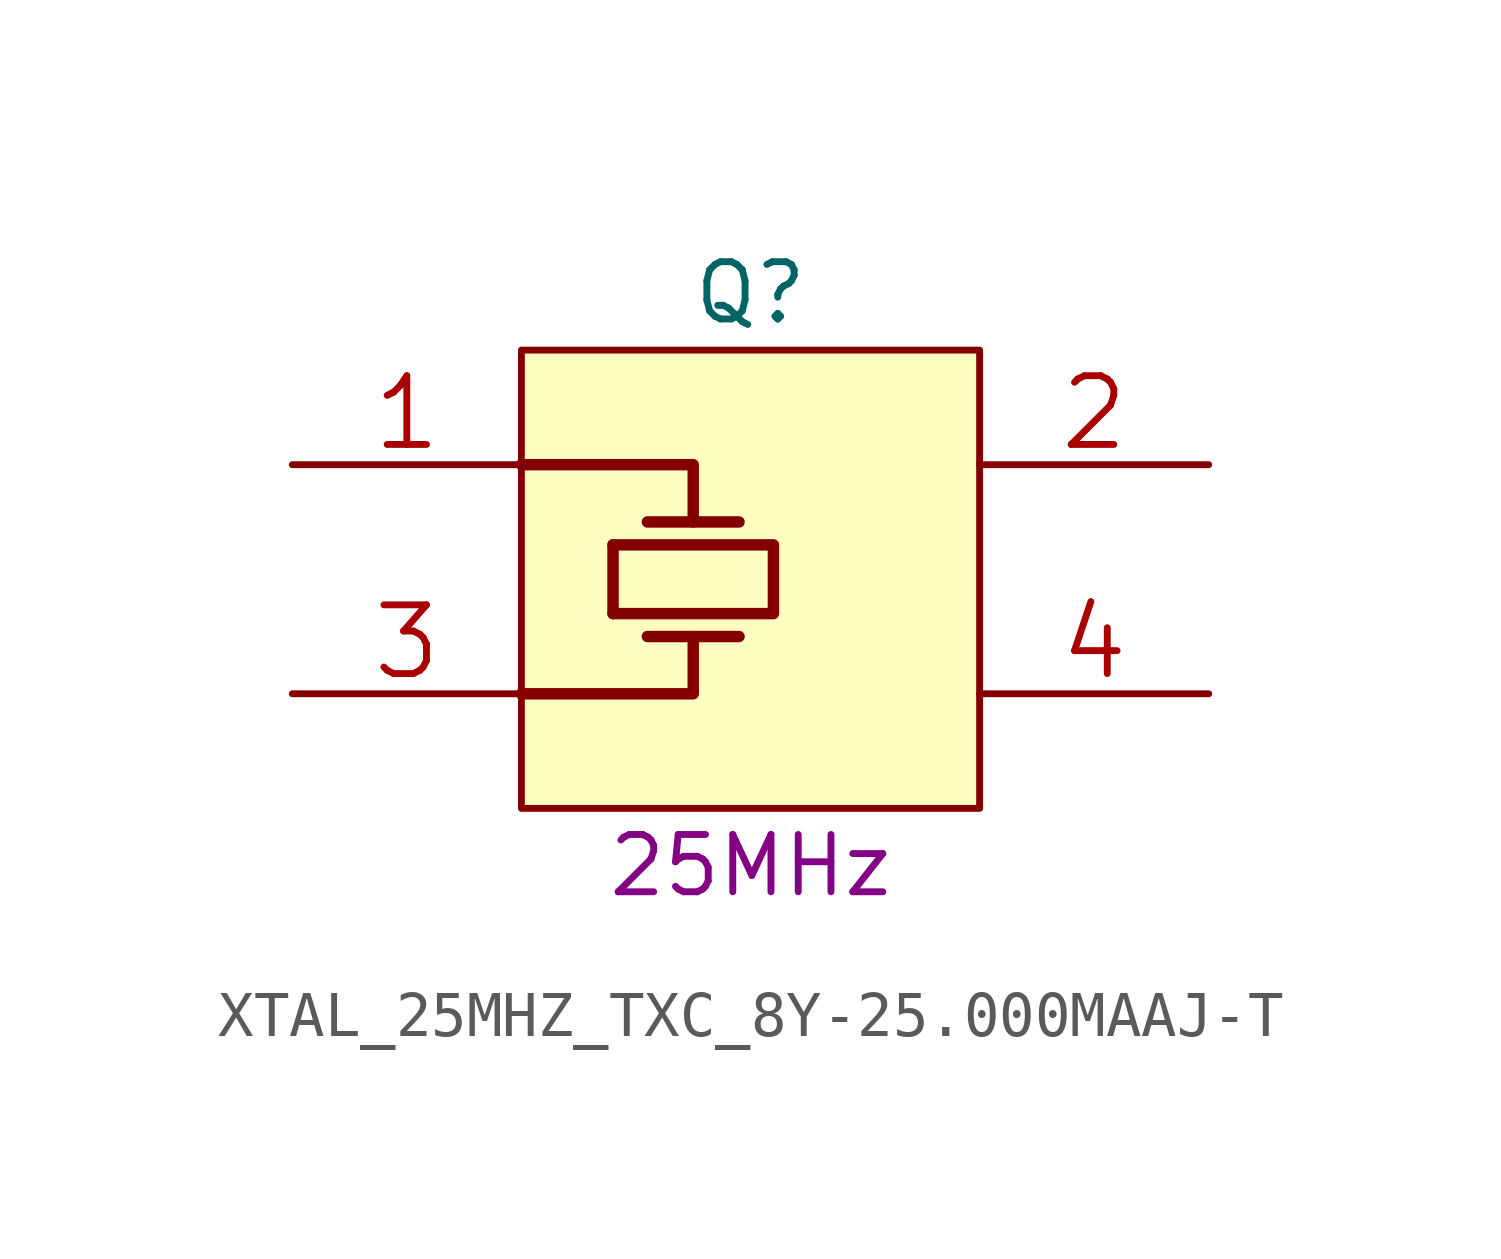
<source format=kicad_sym>
(kicad_symbol_lib
  (version 20241209)
  (generator "kicad_symbol_editor")
  (generator_version "9.0")
  (symbol "XTAL_25MHZ_TXC_8Y-25.000MAAJ-T"
    (pin_names
      (offset 1.27))
    (property "Reference" "Q"
      (at 5.08 1.27 0)
      (effects (font (size 1.27 1.27))))
    (property "Field5" ""
      (at 0 0 0)
      (effects (font (size 1.27 1.27))))
    (property "Val" "25MHz"
      (at 5.08 -11.43 0)
      (effects (font (size 1.27 1.27))))
    (property "ki_locked" ""
      (at 0 0 0)
      (effects (font (size 1.27 1.27))))
    (symbol "XTAL_25MHZ_TXC_8Y-25.000MAAJ-T_0_1"
      (polyline (pts (xy 0 -2.54) (xy 3.81 -2.54) (xy 3.81 -3.81)) (stroke (width 0.254) (type solid)) (fill (type none)))
      (rectangle (start 0 -10.16) (end 10.16 0) (stroke (width 0) (type solid)) (fill (type background)))
      (polyline (pts (xy 2.032 -4.318) (xy 5.588 -4.318) (xy 5.588 -5.842) (xy 2.032 -5.842)) (stroke (width 0.254) (type solid)) (fill (type none)))
      (polyline (pts (xy 2.032 -5.842) (xy 2.032 -4.318)) (stroke (width 0.254) (type solid)) (fill (type none)))
      (polyline (pts (xy 2.794 -3.81) (xy 4.826 -3.81)) (stroke (width 0.254) (type solid)) (fill (type none)))
      (polyline (pts (xy 2.794 -6.35) (xy 4.826 -6.35)) (stroke (width 0.254) (type solid)) (fill (type none)))
      (polyline (pts (xy 3.81 -6.35) (xy 3.81 -7.62) (xy 0 -7.62)) (stroke (width 0.254) (type solid)) (fill (type none)))
      (pin passive line (at -5.08 -2.54 0) (length 5.08) (name "X" (effects (font (size 0 0)))) (number "1" (effects (font (size 1.524 1.524)))))
      (pin passive line (at -5.08 -7.62 0) (length 5.08) (name "X" (effects (font (size 0 0)))) (number "3" (effects (font (size 1.524 1.524)))))
      (pin power_in line (at 15.24 -2.54 180) (length 5.08) (name "GND" (effects (font (size 0 0)))) (number "2" (effects (font (size 1.524 1.524)))))
      (pin power_in line (at 15.24 -7.62 180) (length 5.08) (name "GND" (effects (font (size 0 0)))) (number "4" (effects (font (size 1.524 1.524))))))))
</source>
